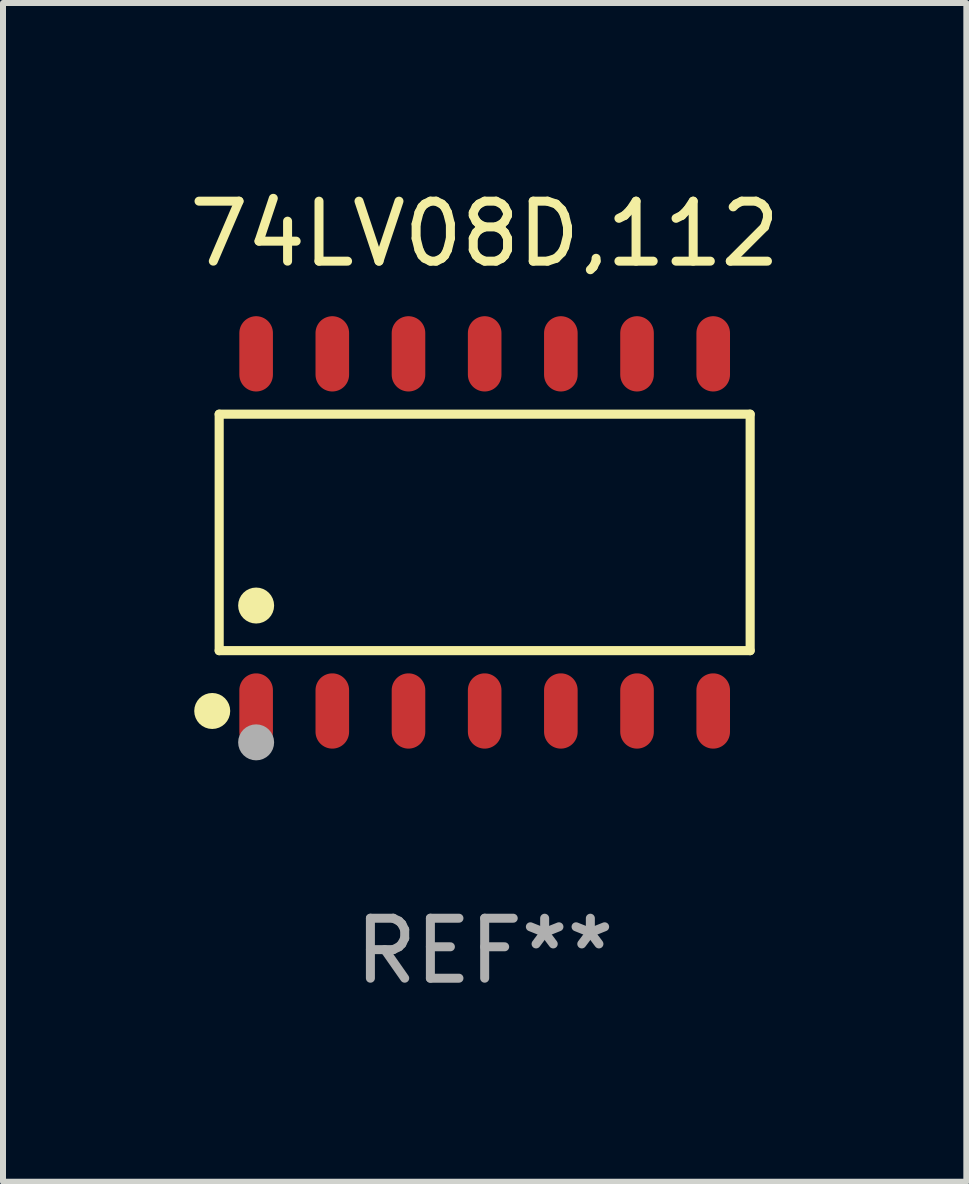
<source format=kicad_pcb>
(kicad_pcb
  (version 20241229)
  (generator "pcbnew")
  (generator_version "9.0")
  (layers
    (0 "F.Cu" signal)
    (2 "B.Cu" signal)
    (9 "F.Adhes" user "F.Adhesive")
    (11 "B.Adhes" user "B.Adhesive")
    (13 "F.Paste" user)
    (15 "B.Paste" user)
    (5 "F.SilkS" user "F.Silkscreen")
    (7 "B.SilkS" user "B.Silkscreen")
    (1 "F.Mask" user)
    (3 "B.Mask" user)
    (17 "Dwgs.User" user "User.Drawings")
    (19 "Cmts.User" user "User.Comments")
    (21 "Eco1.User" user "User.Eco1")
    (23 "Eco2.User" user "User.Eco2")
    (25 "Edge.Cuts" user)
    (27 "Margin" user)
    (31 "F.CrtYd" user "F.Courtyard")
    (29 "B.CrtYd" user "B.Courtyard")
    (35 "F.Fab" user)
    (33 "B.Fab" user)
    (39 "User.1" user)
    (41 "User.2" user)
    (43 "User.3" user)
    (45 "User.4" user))
  (footprint "74LV08D,112"
    (layer "F.Cu")
    (at 5.03 5.826)
    (property "Reference" "74LV08D,112" (at 0 -4.977 0) (layer "F.SilkS") (effects (font (size 1 1) (thickness 0.15))))
    (attr through_hole)
    (fp_line (start -4.426 -1.971) (end 4.426 -1.971) (stroke (width 0.152) (type solid)) (layer "F.SilkS"))
    (fp_line (start -4.426 1.971) (end -4.426 -1.971) (stroke (width 0.152) (type solid)) (layer "F.SilkS"))
    (fp_line (start 4.426 -1.971) (end 4.426 1.971) (stroke (width 0.152) (type solid)) (layer "F.SilkS"))
    (fp_line (start 4.426 1.971) (end -4.426 1.971) (stroke (width 0.152) (type solid)) (layer "F.SilkS"))
    (fp_circle (center -4.542 2.977) (end -4.392 2.977) (stroke (width 0.3) (type solid)) (fill no) (layer "F.SilkS"))
    (fp_circle (center -4.35 3.1) (end -4.32 3.1) (stroke (width 0.06) (type solid)) (fill no) (layer "F.SilkS"))
    (fp_circle (center -3.81 1.219) (end -3.66 1.219) (stroke (width 0.3) (type solid)) (fill no) (layer "F.SilkS"))
    (fp_circle (center -3.81 3.5) (end -3.66 3.5) (stroke (width 0.3) (type solid)) (fill no) (layer "F.Fab"))
    (fp_text user "REF**" (at 0 6.977 0) (layer "F.Fab") (effects (font (size 1 1) (thickness 0.15))))
    (pad "1" smd oval (at -3.81 2.977) (size 0.56 1.255) (layers "F.Cu" "F.Mask" "F.Paste"))
    (pad "2" smd oval (at -2.54 2.977) (size 0.56 1.255) (layers "F.Cu" "F.Mask" "F.Paste"))
    (pad "3" smd oval (at -1.27 2.977) (size 0.56 1.255) (layers "F.Cu" "F.Mask" "F.Paste"))
    (pad "4" smd oval (at 0 2.977) (size 0.56 1.255) (layers "F.Cu" "F.Mask" "F.Paste"))
    (pad "5" smd oval (at 1.27 2.977) (size 0.56 1.255) (layers "F.Cu" "F.Mask" "F.Paste"))
    (pad "6" smd oval (at 2.54 2.977) (size 0.56 1.255) (layers "F.Cu" "F.Mask" "F.Paste"))
    (pad "7" smd oval (at 3.81 2.977) (size 0.56 1.255) (layers "F.Cu" "F.Mask" "F.Paste"))
    (pad "8" smd oval (at 3.81 -2.977) (size 0.56 1.255) (layers "F.Cu" "F.Mask" "F.Paste"))
    (pad "9" smd oval (at 2.54 -2.977) (size 0.56 1.255) (layers "F.Cu" "F.Mask" "F.Paste"))
    (pad "10" smd oval (at 1.27 -2.977) (size 0.56 1.255) (layers "F.Cu" "F.Mask" "F.Paste"))
    (pad "11" smd oval (at 0 -2.977) (size 0.56 1.255) (layers "F.Cu" "F.Mask" "F.Paste"))
    (pad "12" smd oval (at -1.27 -2.977) (size 0.56 1.255) (layers "F.Cu" "F.Mask" "F.Paste"))
    (pad "13" smd oval (at -2.54 -2.977) (size 0.56 1.255) (layers "F.Cu" "F.Mask" "F.Paste"))
    (pad "14" smd oval (at -3.81 -2.977) (size 0.56 1.255) (layers "F.Cu" "F.Mask" "F.Paste")))
  (gr_rect
    (start -3 -3)
    (end 13.06 16.651)
    (stroke (width 0.1) (type default))
    (fill no)
    (layer "Edge.Cuts")))
</source>
